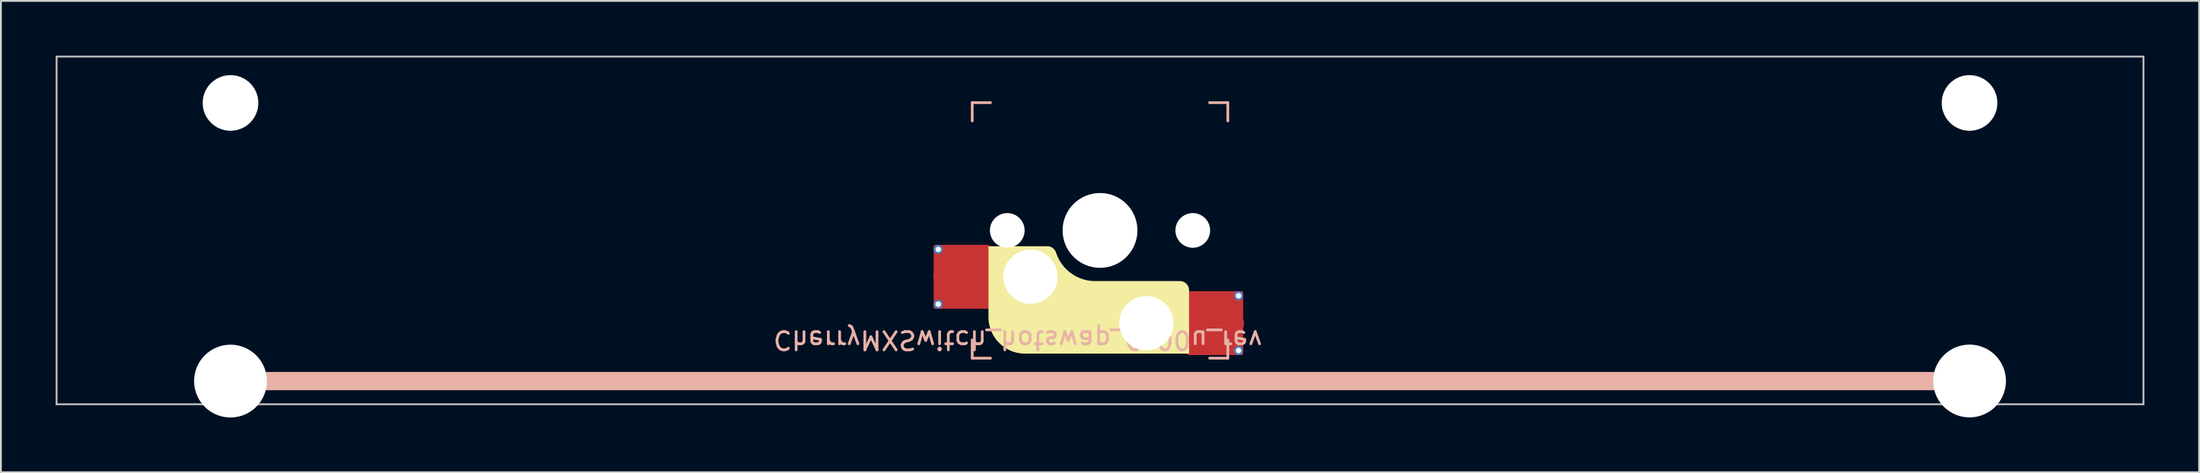
<source format=kicad_pcb>
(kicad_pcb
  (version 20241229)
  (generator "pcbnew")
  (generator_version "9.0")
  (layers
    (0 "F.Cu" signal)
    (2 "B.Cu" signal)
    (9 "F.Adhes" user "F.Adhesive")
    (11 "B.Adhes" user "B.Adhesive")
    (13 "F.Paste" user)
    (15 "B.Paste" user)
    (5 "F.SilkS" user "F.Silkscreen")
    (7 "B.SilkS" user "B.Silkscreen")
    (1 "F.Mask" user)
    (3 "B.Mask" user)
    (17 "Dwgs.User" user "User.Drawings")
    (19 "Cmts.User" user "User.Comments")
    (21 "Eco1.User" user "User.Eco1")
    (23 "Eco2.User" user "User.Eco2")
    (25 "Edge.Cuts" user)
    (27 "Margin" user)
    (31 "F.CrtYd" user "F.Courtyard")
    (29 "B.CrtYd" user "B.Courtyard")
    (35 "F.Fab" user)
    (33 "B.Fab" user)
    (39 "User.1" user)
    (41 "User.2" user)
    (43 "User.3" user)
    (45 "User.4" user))
  (footprint "CherryMXSwitch_hotswap_6_00u_rev"
    (layer "F.Cu")
    (at 57.2 9.575)
    (property "Reference" "CherryMXSwitch_hotswap_6_00u_rev" (at -4.5 6 180) (unlocked yes) (layer "B.SilkS") (effects (font (size 1 1) (thickness 0.15)) (justify mirror)))
    (attr smd)
    (fp_poly (pts (xy 4.877 3.276) (xy 4.876 3.252) (xy 4.875 3.227) (xy 4.872 3.203) (xy 4.867 3.178) (xy 4.862 3.154) (xy 4.855 3.131) (xy 4.848 3.108) (xy 4.839 3.085) (xy 4.829 3.063) (xy 4.818 3.041) (xy 4.806 3.02) (xy 4.793 2.999) (xy 4.779 2.979) (xy 4.764 2.959) (xy 4.748 2.941) (xy 4.731 2.923) (xy 4.713 2.906) (xy 4.694 2.89) (xy 4.675 2.874) (xy 4.654 2.86) (xy 4.634 2.847) (xy 4.612 2.835) (xy 4.591 2.824) (xy 4.568 2.814) (xy 4.546 2.806) (xy 4.522 2.798) (xy 4.499 2.791) (xy 4.475 2.786) (xy 4.451 2.782) (xy 4.426 2.779) (xy 4.402 2.777) (xy 4.377 2.776) (xy -0.266 2.776) (xy -0.442 2.769) (xy -0.615 2.749) (xy -0.784 2.716) (xy -0.95 2.67) (xy -1.11 2.612) (xy -1.265 2.542) (xy -1.414 2.461) (xy -1.556 2.369) (xy -1.691 2.267) (xy -1.818 2.155) (xy -1.937 2.033) (xy -2.046 1.902) (xy -2.146 1.763) (xy -2.235 1.615) (xy -2.313 1.459) (xy -2.38 1.296) (xy -2.417 1.195) (xy -2.424 1.176) (xy -2.432 1.158) (xy -2.44 1.141) (xy -2.449 1.124) (xy -2.459 1.107) (xy -2.469 1.091) (xy -2.48 1.075) (xy -2.491 1.06) (xy -2.503 1.045) (xy -2.515 1.031) (xy -2.528 1.017) (xy -2.542 1.004) (xy -2.556 0.991) (xy -2.57 0.979) (xy -2.585 0.967) (xy -2.6 0.956) (xy -2.615 0.945) (xy -2.631 0.936) (xy -2.648 0.926) (xy -2.665 0.918) (xy -2.682 0.91) (xy -2.699 0.902) (xy -2.717 0.895) (xy -2.735 0.889) (xy -2.753 0.884) (xy -2.771 0.879) (xy -2.79 0.875) (xy -2.809 0.872) (xy -2.828 0.869) (xy -2.848 0.867) (xy -2.867 0.866) (xy -2.887 0.866) (xy -6.11 0.866) (xy -6.11 4.75) (xy -6.107 4.853) (xy -6.1 4.954) (xy -6.087 5.055) (xy -6.069 5.153) (xy -6.047 5.25) (xy -6.02 5.345) (xy -5.989 5.438) (xy -5.953 5.528) (xy -5.913 5.617) (xy -5.869 5.703) (xy -5.82 5.787) (xy -5.768 5.868) (xy -5.713 5.947) (xy -5.653 6.022) (xy -5.59 6.095) (xy -5.524 6.164) (xy -5.455 6.23) (xy -5.382 6.293) (xy -5.307 6.353) (xy -5.228 6.408) (xy -5.147 6.46) (xy -5.063 6.509) (xy -4.977 6.553) (xy -4.888 6.593) (xy -4.798 6.629) (xy -4.705 6.66) (xy -4.61 6.687) (xy -4.513 6.709) (xy -4.415 6.727) (xy -4.314 6.74) (xy -4.213 6.747) (xy -4.11 6.75) (xy 4.877 6.75)) (stroke (width 0) (type solid)) (fill yes) (layer "F.SilkS"))
    (fp_line (start -47.625 8.255) (end 47.625 8.255) (stroke (width 1) (type solid)) (layer "B.SilkS"))
    (fp_line (start -7 -7) (end -6 -7) (stroke (width 0.15) (type solid)) (layer "B.SilkS"))
    (fp_line (start -7 -6) (end -7 -7) (stroke (width 0.15) (type solid)) (layer "B.SilkS"))
    (fp_line (start -7 6) (end -7 7) (stroke (width 0.15) (type solid)) (layer "B.SilkS"))
    (fp_line (start -7 7) (end -6 7) (stroke (width 0.15) (type solid)) (layer "B.SilkS"))
    (fp_line (start 6 -7) (end 7 -7) (stroke (width 0.15) (type solid)) (layer "B.SilkS"))
    (fp_line (start 7 -7) (end 7 -6) (stroke (width 0.15) (type solid)) (layer "B.SilkS"))
    (fp_line (start 7 7) (end 6 7) (stroke (width 0.15) (type solid)) (layer "B.SilkS"))
    (fp_line (start 7 7) (end 7 6) (stroke (width 0.15) (type solid)) (layer "B.SilkS"))
    (fp_line (start -57.15 -9.525) (end -57.15 9.525) (stroke (width 0.1) (type solid)) (layer "Dwgs.User"))
    (fp_line (start -57.15 9.525) (end 57.15 9.525) (stroke (width 0.1) (type solid)) (layer "Dwgs.User"))
    (fp_line (start 57.15 -9.525) (end -57.15 -9.525) (stroke (width 0.1) (type solid)) (layer "Dwgs.User"))
    (fp_line (start 57.15 9.525) (end 57.15 -9.525) (stroke (width 0.1) (type solid)) (layer "Dwgs.User"))
    (fp_line (start -7 -7) (end 7 -7) (stroke (width 0.1) (type solid)) (layer "Eco1.User"))
    (fp_line (start -7 7) (end -7 -7) (stroke (width 0.1) (type solid)) (layer "Eco1.User"))
    (fp_line (start 7 -7) (end 7 7) (stroke (width 0.1) (type solid)) (layer "Eco1.User"))
    (fp_line (start 7 7) (end -7 7) (stroke (width 0.1) (type solid)) (layer "Eco1.User"))
    (fp_rect (start 1.75 -3.25) (end -1.75 -6.35) (stroke (width 0.1) (type solid)) (fill no) (layer "Eco1.User"))
    (fp_line (start 0 0) (end 0 -4.8) (stroke (width 0.1) (type solid)) (layer "Eco2.User"))
    (fp_line (start 0 0) (end 8.262 0) (stroke (width 0.1) (type solid)) (layer "Eco2.User"))
    (pad "" np_thru_hole circle (at -47.625 -6.985) (size 3.048 3.048) (drill 3.048) (layers "*.Cu" "*.Mask"))
    (pad "" np_thru_hole circle (at -47.625 8.255) (size 3.988 3.988) (drill 3.988) (layers "*.Cu" "*.Mask"))
    (pad "" np_thru_hole circle (at -5.08 0) (size 1.9 1.9) (drill 1.9) (layers "*.Cu" "*.Mask"))
    (pad "" np_thru_hole circle (at -3.81 2.54) (size 3 3) (drill 2.97) (layers "*.Cu" "*.Mask"))
    (pad "" np_thru_hole circle (at 0 0 270) (size 4.1 4.1) (drill 4.1) (layers "*.Cu" "*.Mask"))
    (pad "" np_thru_hole circle (at 2.54 5.08) (size 3 3) (drill 2.97) (layers "*.Cu" "*.Mask"))
    (pad "" np_thru_hole circle (at 5.08 0) (size 1.9 1.9) (drill 1.9) (layers "*.Cu" "*.Mask"))
    (pad "" np_thru_hole circle (at 47.625 -6.985) (size 3.048 3.048) (drill 3.048) (layers "*.Cu" "*.Mask"))
    (pad "" np_thru_hole circle (at 47.625 8.25) (size 3.988 3.988) (drill 3.988) (layers "*.Cu" "*.Mask"))
    (pad "1" thru_hole circle (at -8.86 1.04) (size 0.5 0.5) (drill 0.3) (layers "*.Cu" "B.Mask"))
    (pad "1" thru_hole circle (at -8.86 4.04) (size 0.5 0.5) (drill 0.3) (layers "*.Cu" "B.Mask"))
    (pad "1" smd circle (at -8.635 2.54 180) (size 1 1) (layers "F.Cu" "F.Mask" "F.Paste"))
    (pad "1" smd roundrect (at -7.585 2.54 180) (size 3.05 3.5) (layers "F.Cu") (roundrect_rratio 0.029))
    (pad "1" smd roundrect (at -7.385 2.54 180) (size 2.55 2.5) (layers "F.Cu" "F.Mask" "F.Paste") (roundrect_rratio 0.1))
    (pad "2" smd roundrect (at 6.115 5.08) (size 2.55 2.5) (layers "F.Cu" "F.Mask" "F.Paste") (roundrect_rratio 0.1))
    (pad "2" smd roundrect (at 6.315 5.08) (size 3.05 3.5) (layers "F.Cu") (roundrect_rratio 0.029))
    (pad "2" smd circle (at 7.39 5.08 180) (size 1 1) (layers "F.Cu" "F.Mask" "F.Paste"))
    (pad "2" thru_hole circle (at 7.59 3.58 180) (size 0.5 0.5) (drill 0.3) (layers "*.Cu" "B.Mask"))
    (pad "2" thru_hole circle (at 7.59 6.58 180) (size 0.5 0.5) (drill 0.3) (layers "*.Cu" "B.Mask")))
  (gr_rect
    (start -3 -3)
    (end 117.4 22.824)
    (stroke (width 0.1) (type default))
    (fill no)
    (layer "Edge.Cuts")))
</source>
